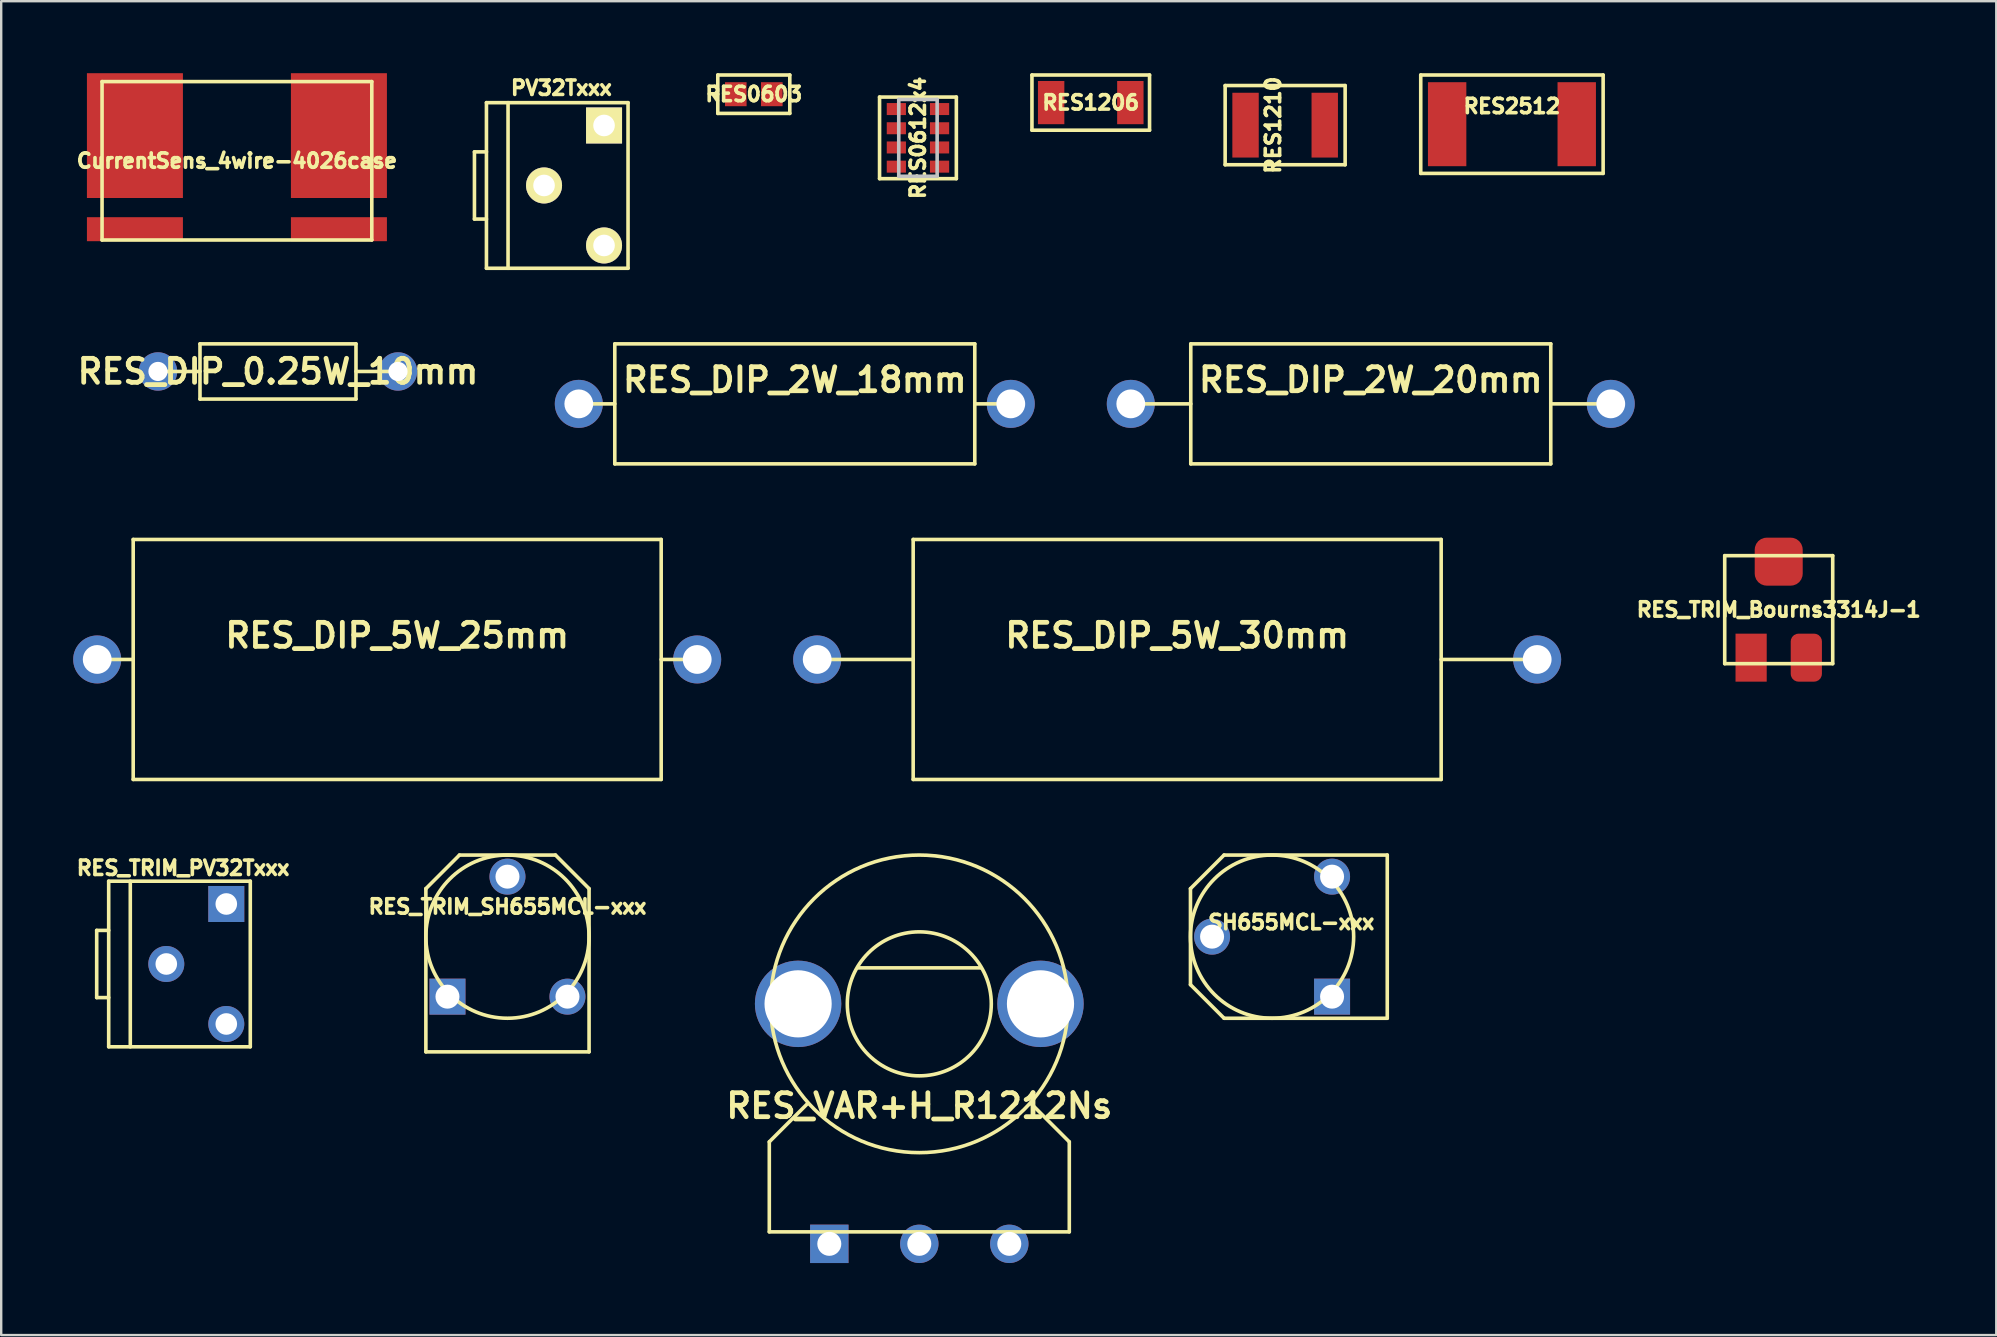
<source format=kicad_pcb>
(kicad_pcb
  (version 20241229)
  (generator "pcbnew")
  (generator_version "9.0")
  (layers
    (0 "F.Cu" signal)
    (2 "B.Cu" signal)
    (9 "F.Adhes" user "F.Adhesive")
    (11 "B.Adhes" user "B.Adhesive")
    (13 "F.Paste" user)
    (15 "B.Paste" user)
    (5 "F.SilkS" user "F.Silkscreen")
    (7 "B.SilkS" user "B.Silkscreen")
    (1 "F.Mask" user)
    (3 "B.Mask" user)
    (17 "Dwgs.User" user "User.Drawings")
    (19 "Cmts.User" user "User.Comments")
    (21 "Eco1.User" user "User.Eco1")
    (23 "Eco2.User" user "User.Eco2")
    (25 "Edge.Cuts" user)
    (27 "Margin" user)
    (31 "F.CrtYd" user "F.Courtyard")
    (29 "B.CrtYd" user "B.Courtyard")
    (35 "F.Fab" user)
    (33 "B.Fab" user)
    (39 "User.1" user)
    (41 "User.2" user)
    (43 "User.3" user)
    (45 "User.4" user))
  (footprint "RES_VAR+H_R1212Ns"
    (layer "F.Cu")
    (at 35.255 38.778)
    (property "Reference" "RES_VAR+H_R1212Ns" (at 0 4.25 0) (layer "F.SilkS") (effects (font (size 1 1) (thickness 0.2))))
    (attr through_hole)
    (fp_line (start -6.25 5.75) (end -4.65 4.15) (stroke (width 0.15) (type solid)) (layer "F.SilkS"))
    (fp_line (start -6.25 9.5) (end -6.25 5.75) (stroke (width 0.15) (type solid)) (layer "F.SilkS"))
    (fp_line (start 2.55 -1.5) (end -2.55 -1.5) (stroke (width 0.15) (type solid)) (layer "F.SilkS"))
    (fp_line (start 6.25 5.75) (end 4.65 4.15) (stroke (width 0.15) (type solid)) (layer "F.SilkS"))
    (fp_line (start 6.25 9.5) (end -6.25 9.5) (stroke (width 0.15) (type solid)) (layer "F.SilkS"))
    (fp_line (start 6.25 9.5) (end 6.25 5.75) (stroke (width 0.15) (type solid)) (layer "F.SilkS"))
    (fp_circle (center 0 0) (end 3 0) (stroke (width 0.15) (type solid)) (fill no) (layer "F.SilkS"))
    (fp_circle (center 0 0) (end 6.2 0) (stroke (width 0.15) (type solid)) (fill no) (layer "F.SilkS"))
    (pad "1" thru_hole rect (at -3.75 10) (size 1.6 1.6) (drill 1) (layers "*.Cu" "*.Mask"))
    (pad "2" thru_hole circle (at 0 10) (size 1.6 1.6) (drill 1) (layers "*.Cu" "*.Mask"))
    (pad "3" thru_hole circle (at 3.75 10) (size 1.6 1.6) (drill 1) (layers "*.Cu" "*.Mask"))
    (pad "H" thru_hole circle (at -5.05 0) (size 3.6 3.6) (drill 2.8) (layers "*.Cu" "*.Mask"))
    (pad "H" thru_hole circle (at 5.05 0) (size 3.6 3.6) (drill 2.8) (layers "*.Cu" "*.Mask")))
  (footprint "RES_DIP_5W_30mm"
    (layer "F.Cu")
    (at 46 24.428)
    (property "Reference" "RES_DIP_5W_30mm" (at 0 -1 0) (layer "F.SilkS") (effects (font (size 1 1) (thickness 0.2))))
    (attr through_hole)
    (fp_line (start -11 -5) (end 11 -5) (stroke (width 0.15) (type solid)) (layer "F.SilkS"))
    (fp_line (start -11 0) (end -15 0) (stroke (width 0.15) (type solid)) (layer "F.SilkS"))
    (fp_line (start -11 5) (end -11 -5) (stroke (width 0.15) (type solid)) (layer "F.SilkS"))
    (fp_line (start 11 -5) (end 11 5) (stroke (width 0.15) (type solid)) (layer "F.SilkS"))
    (fp_line (start 11 5) (end -11 5) (stroke (width 0.15) (type solid)) (layer "F.SilkS"))
    (fp_line (start 15 0) (end 11 0) (stroke (width 0.15) (type solid)) (layer "F.SilkS"))
    (pad "1" thru_hole circle (at -15 0) (size 2 2) (drill 1.2) (layers "*.Cu" "*.Mask"))
    (pad "2" thru_hole circle (at 15 0) (size 2 2) (drill 1.2) (layers "*.Cu" "*.Mask")))
  (footprint "RES_TRIM_SH655MCL-xxx"
    (layer "F.Cu")
    (at 18.095 35.978)
    (property "Reference" "RES_TRIM_SH655MCL-xxx" (at 0 -1.25 0) (layer "F.SilkS") (effects (font (size 0.6 0.6) (thickness 0.15))))
    (attr through_hole)
    (fp_line (start -3.4 -2) (end -3.4 4.8) (stroke (width 0.15) (type solid)) (layer "F.SilkS"))
    (fp_line (start -3.4 -2) (end -2 -3.4) (stroke (width 0.15) (type solid)) (layer "F.SilkS"))
    (fp_line (start -3.4 4.8) (end 3.4 4.8) (stroke (width 0.15) (type solid)) (layer "F.SilkS"))
    (fp_line (start 2 -3.4) (end -2 -3.4) (stroke (width 0.15) (type solid)) (layer "F.SilkS"))
    (fp_line (start 3.4 -2) (end 2 -3.4) (stroke (width 0.15) (type solid)) (layer "F.SilkS"))
    (fp_line (start 3.4 4.8) (end 3.4 -2) (stroke (width 0.15) (type solid)) (layer "F.SilkS"))
    (fp_circle (center 0 0) (end 3.4 0) (stroke (width 0.15) (type solid)) (fill no) (layer "F.SilkS"))
    (pad "1" thru_hole rect (at -2.5 2.5) (size 1.5 1.5) (drill 1) (layers "*.Cu" "*.Mask"))
    (pad "2" thru_hole circle (at 0 -2.5) (size 1.5 1.5) (drill 1) (layers "*.Cu" "*.Mask"))
    (pad "3" thru_hole circle (at 2.5 2.5) (size 1.5 1.5) (drill 1) (layers "*.Cu" "*.Mask")))
  (footprint "RES0603"
    (layer "F.Cu")
    (at 28.359 0.875)
    (property "Reference" "RES0603" (at 0 0 0) (layer "F.SilkS") (effects (font (size 0.6 0.6) (thickness 0.15))))
    (attr smd)
    (fp_line (start -1.5 -0.8) (end 1.5 -0.8) (stroke (width 0.15) (type solid)) (layer "F.SilkS"))
    (fp_line (start -1.5 0) (end -1.5 -0.8) (stroke (width 0.15) (type solid)) (layer "F.SilkS"))
    (fp_line (start -1.5 0.8) (end -1.5 0) (stroke (width 0.15) (type solid)) (layer "F.SilkS"))
    (fp_line (start 1.5 -0.8) (end 1.5 0.8) (stroke (width 0.15) (type solid)) (layer "F.SilkS"))
    (fp_line (start 1.5 0.8) (end -1.5 0.8) (stroke (width 0.15) (type solid)) (layer "F.SilkS"))
    (pad "1" smd rect (at -0.75 0) (size 0.9 1) (layers "F.Cu" "F.Mask" "F.Paste"))
    (pad "2" smd rect (at 0.75 0) (size 0.9 1) (layers "F.Cu" "F.Mask" "F.Paste")))
  (footprint "SH655MCL-xxx"
    (layer "F.Cu")
    (at 49.954 35.978)
    (property "Reference" "SH655MCL-xxx" (at 0.8 -0.6 0) (layer "F.SilkS") (effects (font (size 0.6 0.6) (thickness 0.15))))
    (attr through_hole)
    (fp_line (start -3.4 -2) (end -3.4 2) (stroke (width 0.15) (type solid)) (layer "F.SilkS"))
    (fp_line (start -2 -3.4) (end -3.4 -2) (stroke (width 0.15) (type solid)) (layer "F.SilkS"))
    (fp_line (start -2 3.4) (end -3.4 2) (stroke (width 0.15) (type solid)) (layer "F.SilkS"))
    (fp_line (start -2 3.4) (end 4.8 3.4) (stroke (width 0.15) (type solid)) (layer "F.SilkS"))
    (fp_line (start 4.8 -3.4) (end -2 -3.4) (stroke (width 0.15) (type solid)) (layer "F.SilkS"))
    (fp_line (start 4.8 3.4) (end 4.8 -3.4) (stroke (width 0.15) (type solid)) (layer "F.SilkS"))
    (fp_circle (center 0 0) (end 3.4 0) (stroke (width 0.15) (type solid)) (fill no) (layer "F.SilkS"))
    (pad "1" thru_hole rect (at 2.5 2.5) (size 1.5 1.5) (drill 1) (layers "*.Cu" "*.Mask"))
    (pad "2" thru_hole circle (at -2.5 0) (size 1.5 1.5) (drill 1) (layers "*.Cu" "*.Mask"))
    (pad "3" thru_hole circle (at 2.5 -2.5) (size 1.5 1.5) (drill 1) (layers "*.Cu" "*.Mask")))
  (footprint "RES_DIP_5W_25mm"
    (layer "F.Cu")
    (at 13.5 24.428)
    (property "Reference" "RES_DIP_5W_25mm" (at 0 -1 0) (layer "F.SilkS") (effects (font (size 1 1) (thickness 0.2))))
    (attr through_hole)
    (fp_line (start -12.5 0) (end -11 0) (stroke (width 0.15) (type solid)) (layer "F.SilkS"))
    (fp_line (start -11 -5) (end 11 -5) (stroke (width 0.15) (type solid)) (layer "F.SilkS"))
    (fp_line (start -11 5) (end -11 -5) (stroke (width 0.15) (type solid)) (layer "F.SilkS"))
    (fp_line (start 11 -5) (end 11 5) (stroke (width 0.15) (type solid)) (layer "F.SilkS"))
    (fp_line (start 11 5) (end -11 5) (stroke (width 0.15) (type solid)) (layer "F.SilkS"))
    (fp_line (start 12.5 0) (end 11 0) (stroke (width 0.15) (type solid)) (layer "F.SilkS"))
    (pad "1" thru_hole circle (at -12.5 0) (size 2 2) (drill 1.2) (layers "*.Cu" "*.Mask"))
    (pad "2" thru_hole circle (at 12.5 0) (size 2 2) (drill 1.2) (layers "*.Cu" "*.Mask")))
  (footprint "RES_DIP_2W_18mm"
    (layer "F.Cu")
    (at 30.067 13.778)
    (property "Reference" "RES_DIP_2W_18mm" (at 0 -1 0) (layer "F.SilkS") (effects (font (size 1 1) (thickness 0.2))))
    (attr through_hole)
    (fp_line (start -7.5 -2.5) (end 7.5 -2.5) (stroke (width 0.15) (type solid)) (layer "F.SilkS"))
    (fp_line (start -7.5 0) (end -9 0) (stroke (width 0.15) (type solid)) (layer "F.SilkS"))
    (fp_line (start -7.5 2.5) (end -7.5 -2.5) (stroke (width 0.15) (type solid)) (layer "F.SilkS"))
    (fp_line (start 7.5 -2.5) (end 7.5 2.5) (stroke (width 0.15) (type solid)) (layer "F.SilkS"))
    (fp_line (start 7.5 0) (end 9 0) (stroke (width 0.15) (type solid)) (layer "F.SilkS"))
    (fp_line (start 7.5 2.5) (end -7.5 2.5) (stroke (width 0.15) (type solid)) (layer "F.SilkS"))
    (pad "1" thru_hole circle (at -9 0) (size 2 2) (drill 1.2) (layers "*.Cu" "*.Mask"))
    (pad "2" thru_hole circle (at 9 0) (size 2 2) (drill 1.2) (layers "*.Cu" "*.Mask")))
  (footprint "RES_TRIM_PV32Txxx"
    (layer "F.Cu")
    (at 6.379 37.117)
    (property "Reference" "RES_TRIM_PV32Txxx" (at -1.8 -4 0) (layer "F.SilkS") (effects (font (size 0.6 0.6) (thickness 0.15))))
    (attr through_hole)
    (fp_line (start -5.4 -1.4) (end -5.4 1.4) (stroke (width 0.15) (type solid)) (layer "F.SilkS"))
    (fp_line (start -5.4 -1.4) (end -4.9 -1.4) (stroke (width 0.15) (type solid)) (layer "F.SilkS"))
    (fp_line (start -5.4 1.4) (end -4.9 1.4) (stroke (width 0.15) (type solid)) (layer "F.SilkS"))
    (fp_line (start -4.9 -3.45) (end -4.9 3.45) (stroke (width 0.15) (type solid)) (layer "F.SilkS"))
    (fp_line (start -4.9 3.45) (end 1 3.45) (stroke (width 0.15) (type solid)) (layer "F.SilkS"))
    (fp_line (start -4 -3.45) (end -4 3.45) (stroke (width 0.15) (type solid)) (layer "F.SilkS"))
    (fp_line (start 1 -3.45) (end -4.9 -3.45) (stroke (width 0.15) (type solid)) (layer "F.SilkS"))
    (fp_line (start 1 3.45) (end 1 -3.45) (stroke (width 0.15) (type solid)) (layer "F.SilkS"))
    (pad "1" thru_hole rect (at 0 -2.5) (size 1.5 1.5) (drill 0.9) (layers "*.Cu" "*.Mask"))
    (pad "2" thru_hole circle (at -2.5 0) (size 1.5 1.5) (drill 0.9) (layers "*.Cu" "*.Mask"))
    (pad "3" thru_hole circle (at 0 2.5) (size 1.5 1.5) (drill 0.9) (layers "*.Cu" "*.Mask")))
  (footprint "RES_DIP_2W_20mm"
    (layer "F.Cu")
    (at 54.067 13.778)
    (property "Reference" "RES_DIP_2W_20mm" (at 0 -1 0) (layer "F.SilkS") (effects (font (size 1 1) (thickness 0.2))))
    (attr through_hole)
    (fp_line (start -7.5 -2.5) (end 7.5 -2.5) (stroke (width 0.15) (type solid)) (layer "F.SilkS"))
    (fp_line (start -7.5 0) (end -10 0) (stroke (width 0.15) (type solid)) (layer "F.SilkS"))
    (fp_line (start -7.5 2.5) (end -7.5 -2.5) (stroke (width 0.15) (type solid)) (layer "F.SilkS"))
    (fp_line (start 7.5 -2.5) (end 7.5 2.5) (stroke (width 0.15) (type solid)) (layer "F.SilkS"))
    (fp_line (start 7.5 0) (end 10 0) (stroke (width 0.15) (type solid)) (layer "F.SilkS"))
    (fp_line (start 7.5 2.5) (end -7.5 2.5) (stroke (width 0.15) (type solid)) (layer "F.SilkS"))
    (pad "1" thru_hole circle (at -10 0) (size 2 2) (drill 1.2) (layers "*.Cu" "*.Mask"))
    (pad "2" thru_hole circle (at 10 0) (size 2 2) (drill 1.2) (layers "*.Cu" "*.Mask")))
  (footprint "RES1210"
    (layer "F.Cu")
    (at 50.499 2.165)
    (property "Reference" "RES1210" (at -0.5 0 270) (layer "F.SilkS") (effects (font (size 0.6 0.6) (thickness 0.15))))
    (attr through_hole)
    (fp_line (start -2.5 -1.65) (end 2.5 -1.65) (stroke (width 0.15) (type solid)) (layer "F.SilkS"))
    (fp_line (start -2.5 1.65) (end -2.5 -1.65) (stroke (width 0.15) (type solid)) (layer "F.SilkS"))
    (fp_line (start 2.5 -1.65) (end 2.5 1.65) (stroke (width 0.15) (type solid)) (layer "F.SilkS"))
    (fp_line (start 2.5 1.65) (end -2.5 1.65) (stroke (width 0.15) (type solid)) (layer "F.SilkS"))
    (pad "1" smd rect (at -1.65 0 180) (size 1.1 2.7) (layers "F.Cu" "F.Mask" "F.Paste"))
    (pad "2" smd rect (at 1.65 0 180) (size 1.1 2.7) (layers "F.Cu" "F.Mask" "F.Paste")))
  (footprint "CurrentSens_4wire-4026case"
    (layer "F.Cu")
    (at 6.822 3.65)
    (property "Reference" "CurrentSens_4wire-4026case" (at 0 0 0) (layer "F.SilkS") (effects (font (size 0.6 0.6) (thickness 0.15))))
    (attr smd)
    (fp_line (start -5.62 -3.3) (end 5.62 -3.3) (stroke (width 0.15) (type solid)) (layer "F.SilkS"))
    (fp_line (start -5.62 3.3) (end -5.62 -3.3) (stroke (width 0.15) (type solid)) (layer "F.SilkS"))
    (fp_line (start 5.62 -3.3) (end 5.62 3.3) (stroke (width 0.15) (type solid)) (layer "F.SilkS"))
    (fp_line (start 5.62 3.3) (end -5.62 3.3) (stroke (width 0.15) (type solid)) (layer "F.SilkS"))
    (pad "1" smd rect (at -4.25 -1.05) (size 4 5.2) (layers "F.Cu" "F.Mask" "F.Paste"))
    (pad "2" smd rect (at 4.25 -1.05) (size 4 5.2) (layers "F.Cu" "F.Mask" "F.Paste"))
    (pad "3" smd rect (at -4.25 2.85) (size 4 1) (layers "F.Cu" "F.Mask" "F.Paste"))
    (pad "4" smd rect (at 4.25 2.85) (size 4 1) (layers "F.Cu" "F.Mask" "F.Paste")))
  (footprint "RES2512"
    (layer "F.Cu")
    (at 59.949 2.125)
    (property "Reference" "RES2512" (at 0 -0.75 180) (layer "F.SilkS") (effects (font (size 0.6 0.6) (thickness 0.15))))
    (attr smd)
    (fp_line (start -3.8 -2.05) (end 3.8 -2.05) (stroke (width 0.15) (type solid)) (layer "F.SilkS"))
    (fp_line (start -3.8 2.05) (end -3.8 -2.05) (stroke (width 0.15) (type solid)) (layer "F.SilkS"))
    (fp_line (start 3.8 -2.05) (end 3.8 2.05) (stroke (width 0.15) (type solid)) (layer "F.SilkS"))
    (fp_line (start 3.8 2.05) (end -3.8 2.05) (stroke (width 0.15) (type solid)) (layer "F.SilkS"))
    (pad "1" smd rect (at -2.7 0) (size 1.6 3.5) (layers "F.Cu" "F.Mask" "F.Paste"))
    (pad "2" smd rect (at 2.7 0) (size 1.6 3.5) (layers "F.Cu" "F.Mask" "F.Paste")))
  (footprint "RES0612x4"
    (layer "F.Cu")
    (at 35.199 2.694)
    (property "Reference" "RES0612x4" (at 0 0 90) (layer "F.SilkS") (effects (font (size 0.6 0.6) (thickness 0.15))))
    (attr smd)
    (fp_line (start -1.6 -1.7) (end -1.6 1.7) (stroke (width 0.15) (type solid)) (layer "F.SilkS"))
    (fp_line (start -1.6 1.7) (end 1.6 1.7) (stroke (width 0.15) (type solid)) (layer "F.SilkS"))
    (fp_line (start 1.6 -1.7) (end -1.6 -1.7) (stroke (width 0.15) (type solid)) (layer "F.SilkS"))
    (fp_line (start 1.6 1.7) (end 1.6 -1.7) (stroke (width 0.15) (type solid)) (layer "F.SilkS"))
    (fp_line (start -0.8 -1.6) (end -0.8 1.6) (stroke (width 0.15) (type solid)) (layer "Dwgs.User"))
    (fp_line (start -0.8 1.6) (end 0.8 1.6) (stroke (width 0.15) (type solid)) (layer "Dwgs.User"))
    (fp_line (start 0.8 -1.6) (end -0.8 -1.6) (stroke (width 0.15) (type solid)) (layer "Dwgs.User"))
    (fp_line (start 0.8 1.6) (end 0.8 -1.6) (stroke (width 0.15) (type solid)) (layer "Dwgs.User"))
    (pad "1" smd rect (at -0.9 -1.2) (size 0.8 0.5) (layers "F.Cu" "F.Mask" "F.Paste"))
    (pad "2" smd rect (at 0.9 -1.2) (size 0.8 0.5) (layers "F.Cu" "F.Mask" "F.Paste"))
    (pad "3" smd rect (at -0.9 -0.4) (size 0.8 0.5) (layers "F.Cu" "F.Mask" "F.Paste"))
    (pad "4" smd rect (at 0.9 -0.4) (size 0.8 0.5) (layers "F.Cu" "F.Mask" "F.Paste"))
    (pad "5" smd rect (at -0.9 0.4) (size 0.8 0.5) (layers "F.Cu" "F.Mask" "F.Paste"))
    (pad "6" smd rect (at 0.9 0.4) (size 0.8 0.5) (layers "F.Cu" "F.Mask" "F.Paste"))
    (pad "7" smd rect (at -0.9 1.2) (size 0.8 0.5) (layers "F.Cu" "F.Mask" "F.Paste"))
    (pad "8" smd rect (at 0.9 1.2) (size 0.8 0.5) (layers "F.Cu" "F.Mask" "F.Paste")))
  (footprint "PV32Txxx"
    (layer "F.Cu")
    (at 22.119 4.678)
    (property "Reference" "PV32Txxx" (at -1.778 -4.064 0) (layer "F.SilkS") (effects (font (size 0.6 0.6) (thickness 0.15))))
    (attr through_hole)
    (fp_line (start -5.4 -1.4) (end -5.4 1.4) (stroke (width 0.15) (type solid)) (layer "F.SilkS"))
    (fp_line (start -5.4 -1.4) (end -4.9 -1.4) (stroke (width 0.15) (type solid)) (layer "F.SilkS"))
    (fp_line (start -5.4 1.4) (end -4.9 1.4) (stroke (width 0.15) (type solid)) (layer "F.SilkS"))
    (fp_line (start -4.9 -3.45) (end -4.9 3.45) (stroke (width 0.15) (type solid)) (layer "F.SilkS"))
    (fp_line (start -4.9 3.45) (end 1 3.45) (stroke (width 0.15) (type solid)) (layer "F.SilkS"))
    (fp_line (start -4 -3.45) (end -4 3.45) (stroke (width 0.15) (type solid)) (layer "F.SilkS"))
    (fp_line (start 1 -3.45) (end -4.9 -3.45) (stroke (width 0.15) (type solid)) (layer "F.SilkS"))
    (fp_line (start 1 3.45) (end 1 -3.45) (stroke (width 0.15) (type solid)) (layer "F.SilkS"))
    (pad "1" thru_hole rect (at 0 -2.5) (size 1.5 1.5) (drill 0.9) (layers "*.Cu" "*.Mask" "F.SilkS"))
    (pad "2" thru_hole circle (at -2.5 0) (size 1.5 1.5) (drill 0.9) (layers "*.Cu" "*.Mask" "F.SilkS"))
    (pad "3" thru_hole circle (at 0 2.5) (size 1.5 1.5) (drill 0.9) (layers "*.Cu" "*.Mask" "F.SilkS")))
  (footprint "RES_TRIM_Bourns3314J-1"
    (layer "F.Cu")
    (at 71.065 22.353)
    (property "Reference" "RES_TRIM_Bourns3314J-1" (at 0 0 0) (layer "F.SilkS") (effects (font (size 0.6 0.6) (thickness 0.15))))
    (attr smd)
    (fp_line (start -2.25 -2.25) (end -2.25 2.25) (stroke (width 0.15) (type solid)) (layer "F.SilkS"))
    (fp_line (start -2.25 2.25) (end 2.25 2.25) (stroke (width 0.15) (type solid)) (layer "F.SilkS"))
    (fp_line (start 2.25 -2.25) (end -2.25 -2.25) (stroke (width 0.15) (type solid)) (layer "F.SilkS"))
    (fp_line (start 2.25 2.25) (end 2.25 -2.25) (stroke (width 0.15) (type solid)) (layer "F.SilkS"))
    (pad "1" smd rect (at -1.15 2) (size 1.3 2) (layers "F.Cu" "F.Mask" "F.Paste"))
    (pad "2" smd roundrect (at 0 -2) (size 2 2) (layers "F.Cu" "F.Mask" "F.Paste") (roundrect_rratio 0.25))
    (pad "3" smd roundrect (at 1.15 2) (size 1.3 2) (layers "F.Cu" "F.Mask" "F.Paste") (roundrect_rratio 0.25)))
  (footprint "RES_DIP_0.25W_10mm"
    (layer "F.Cu")
    (at 8.533 12.428)
    (property "Reference" "RES_DIP_0.25W_10mm" (at 0 0 0) (layer "F.SilkS") (effects (font (size 1 1) (thickness 0.2))))
    (attr through_hole)
    (fp_line (start -3.25 -1.15) (end -3.25 1.15) (stroke (width 0.15) (type solid)) (layer "F.SilkS"))
    (fp_line (start -3.25 -1.15) (end 3.25 -1.15) (stroke (width 0.15) (type solid)) (layer "F.SilkS"))
    (fp_line (start -3.25 0) (end -5 0) (stroke (width 0.15) (type solid)) (layer "F.SilkS"))
    (fp_line (start 3.25 -1.15) (end 3.25 1.15) (stroke (width 0.15) (type solid)) (layer "F.SilkS"))
    (fp_line (start 3.25 1.15) (end -3.25 1.15) (stroke (width 0.15) (type solid)) (layer "F.SilkS"))
    (fp_line (start 5 0) (end 3.25 0) (stroke (width 0.15) (type solid)) (layer "F.SilkS"))
    (pad "1" thru_hole circle (at -5 0) (size 1.6 1.6) (drill 0.8) (layers "*.Cu" "*.Mask"))
    (pad "2" thru_hole circle (at 5 0) (size 1.6 1.6) (drill 0.8) (layers "*.Cu" "*.Mask")))
  (footprint "RES1206"
    (layer "F.Cu")
    (at 42.399 1.225)
    (property "Reference" "RES1206" (at 0 0 180) (layer "F.SilkS") (effects (font (size 0.6 0.6) (thickness 0.15))))
    (attr smd)
    (fp_line (start -2.45 -1.15) (end -2.45 1.15) (stroke (width 0.15) (type solid)) (layer "F.SilkS"))
    (fp_line (start -2.45 -1.15) (end 2.45 -1.15) (stroke (width 0.15) (type solid)) (layer "F.SilkS"))
    (fp_line (start 2.45 -1.15) (end 2.45 1.15) (stroke (width 0.15) (type solid)) (layer "F.SilkS"))
    (fp_line (start 2.45 1.15) (end -2.45 1.15) (stroke (width 0.15) (type solid)) (layer "F.SilkS"))
    (pad "1" smd rect (at -1.65 0) (size 1.1 1.8) (layers "F.Cu" "F.Mask" "F.Paste"))
    (pad "2" smd rect (at 1.65 0) (size 1.1 1.8) (layers "F.Cu" "F.Mask" "F.Paste")))
  (gr_rect
    (start -3 -3)
    (end 80.13 52.578)
    (stroke (width 0.1) (type default))
    (fill no)
    (layer "Edge.Cuts")))
</source>
